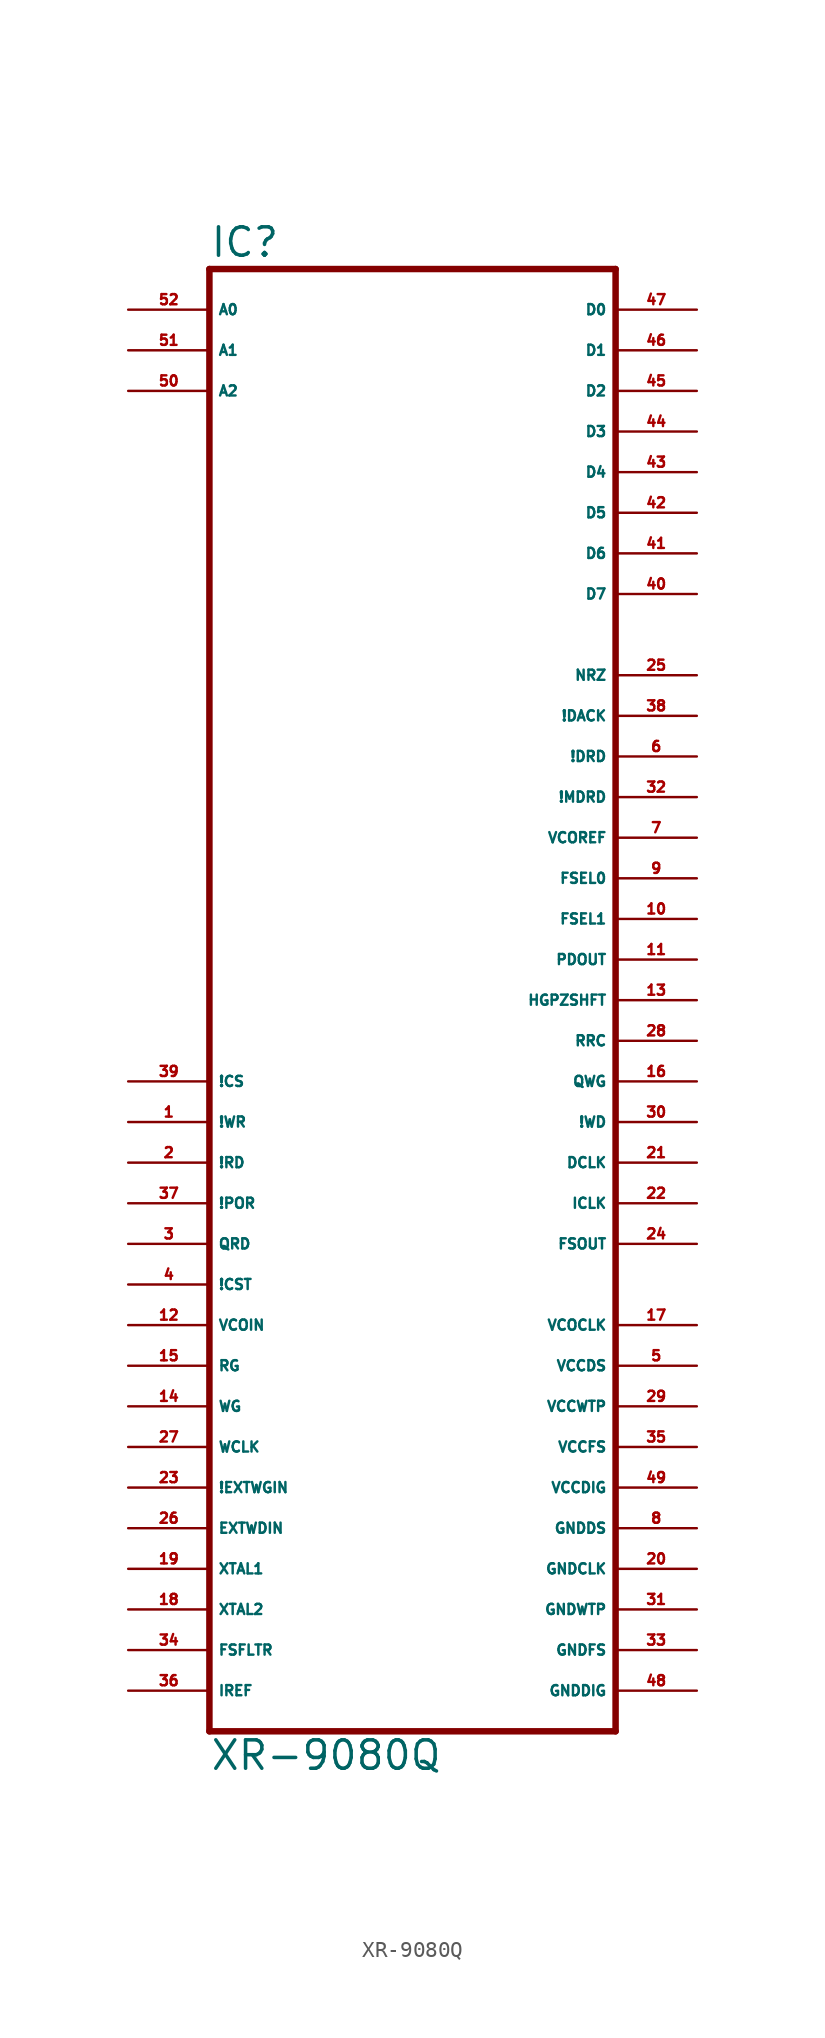
<source format=kicad_sym>
(kicad_symbol_lib
  (version 20220914)
  (generator Eagle2Kicad)
  (symbol "XR-9080Q"
    (property "Reference" "IC"
      (at -12.7 46.355 0)
      (effects (font (size 1.778 1.778) (thickness 0.22)) (justify left bottom)))
    (property "Value" "XR-9080Q"
      (at -12.7 -48.26 0)
      (effects (font (size 1.778 1.778) (thickness 0.22)) (justify left bottom)))
    (polyline
      (pts (xy -12.7 45.72) (xy 12.7 45.72))
      (stroke (width 0.406) (type default))
      (fill (type none)))
    (polyline
      (pts (xy 12.7 45.72) (xy 12.7 -45.72))
      (stroke (width 0.406) (type default))
      (fill (type none)))
    (polyline
      (pts (xy 12.7 -45.72) (xy -12.7 -45.72))
      (stroke (width 0.406) (type default))
      (fill (type none)))
    (polyline
      (pts (xy -12.7 -45.72) (xy -12.7 45.72))
      (stroke (width 0.406) (type default))
      (fill (type none)))
    (pin input line
      (at -17.78 43.18 0)
      (length 5.08)
      (name "A0" (effects (font (size 0.635 0.635) (thickness 0.08)) (justify left bottom)))
      (number "52" (effects (font (size 0.635 0.635) (thickness 0.08)) (justify left bottom))))
    (pin input line
      (at -17.78 40.64 0)
      (length 5.08)
      (name "A1" (effects (font (size 0.635 0.635) (thickness 0.08)) (justify left bottom)))
      (number "51" (effects (font (size 0.635 0.635) (thickness 0.08)) (justify left bottom))))
    (pin input line
      (at -17.78 38.1 0)
      (length 5.08)
      (name "A2" (effects (font (size 0.635 0.635) (thickness 0.08)) (justify left bottom)))
      (number "50" (effects (font (size 0.635 0.635) (thickness 0.08)) (justify left bottom))))
    (pin input line
      (at -17.78 -5.08 0)
      (length 5.08)
      (name "!CS" (effects (font (size 0.635 0.635) (thickness 0.08)) (justify left bottom)))
      (number "39" (effects (font (size 0.635 0.635) (thickness 0.08)) (justify left bottom))))
    (pin input line
      (at -17.78 -7.62 0)
      (length 5.08)
      (name "!WR" (effects (font (size 0.635 0.635) (thickness 0.08)) (justify left bottom)))
      (number "1" (effects (font (size 0.635 0.635) (thickness 0.08)) (justify left bottom))))
    (pin input line
      (at -17.78 -10.16 0)
      (length 5.08)
      (name "!RD" (effects (font (size 0.635 0.635) (thickness 0.08)) (justify left bottom)))
      (number "2" (effects (font (size 0.635 0.635) (thickness 0.08)) (justify left bottom))))
    (pin input line
      (at -17.78 -12.7 0)
      (length 5.08)
      (name "!POR" (effects (font (size 0.635 0.635) (thickness 0.08)) (justify left bottom)))
      (number "37" (effects (font (size 0.635 0.635) (thickness 0.08)) (justify left bottom))))
    (pin input line
      (at -17.78 -15.24 0)
      (length 5.08)
      (name "QRD" (effects (font (size 0.635 0.635) (thickness 0.08)) (justify left bottom)))
      (number "3" (effects (font (size 0.635 0.635) (thickness 0.08)) (justify left bottom))))
    (pin input line
      (at -17.78 -17.78 0)
      (length 5.08)
      (name "!CST" (effects (font (size 0.635 0.635) (thickness 0.08)) (justify left bottom)))
      (number "4" (effects (font (size 0.635 0.635) (thickness 0.08)) (justify left bottom))))
    (pin input line
      (at -17.78 -20.32 0)
      (length 5.08)
      (name "VCOIN" (effects (font (size 0.635 0.635) (thickness 0.08)) (justify left bottom)))
      (number "12" (effects (font (size 0.635 0.635) (thickness 0.08)) (justify left bottom))))
    (pin input line
      (at -17.78 -22.86 0)
      (length 5.08)
      (name "RG" (effects (font (size 0.635 0.635) (thickness 0.08)) (justify left bottom)))
      (number "15" (effects (font (size 0.635 0.635) (thickness 0.08)) (justify left bottom))))
    (pin input line
      (at -17.78 -25.4 0)
      (length 5.08)
      (name "WG" (effects (font (size 0.635 0.635) (thickness 0.08)) (justify left bottom)))
      (number "14" (effects (font (size 0.635 0.635) (thickness 0.08)) (justify left bottom))))
    (pin input line
      (at -17.78 -27.94 0)
      (length 5.08)
      (name "WCLK" (effects (font (size 0.635 0.635) (thickness 0.08)) (justify left bottom)))
      (number "27" (effects (font (size 0.635 0.635) (thickness 0.08)) (justify left bottom))))
    (pin input line
      (at -17.78 -30.48 0)
      (length 5.08)
      (name "!EXTWGIN" (effects (font (size 0.635 0.635) (thickness 0.08)) (justify left bottom)))
      (number "23" (effects (font (size 0.635 0.635) (thickness 0.08)) (justify left bottom))))
    (pin input line
      (at -17.78 -33.02 0)
      (length 5.08)
      (name "EXTWDIN" (effects (font (size 0.635 0.635) (thickness 0.08)) (justify left bottom)))
      (number "26" (effects (font (size 0.635 0.635) (thickness 0.08)) (justify left bottom))))
    (pin input line
      (at -17.78 -35.56 0)
      (length 5.08)
      (name "XTAL1" (effects (font (size 0.635 0.635) (thickness 0.08)) (justify left bottom)))
      (number "19" (effects (font (size 0.635 0.635) (thickness 0.08)) (justify left bottom))))
    (pin input line
      (at -17.78 -38.1 0)
      (length 5.08)
      (name "XTAL2" (effects (font (size 0.635 0.635) (thickness 0.08)) (justify left bottom)))
      (number "18" (effects (font (size 0.635 0.635) (thickness 0.08)) (justify left bottom))))
    (pin input line
      (at -17.78 -40.64 0)
      (length 5.08)
      (name "FSFLTR" (effects (font (size 0.635 0.635) (thickness 0.08)) (justify left bottom)))
      (number "34" (effects (font (size 0.635 0.635) (thickness 0.08)) (justify left bottom))))
    (pin input line
      (at -17.78 -43.18 0)
      (length 5.08)
      (name "IREF" (effects (font (size 0.635 0.635) (thickness 0.08)) (justify left bottom)))
      (number "36" (effects (font (size 0.635 0.635) (thickness 0.08)) (justify left bottom))))
    (pin bidirectional line
      (at 17.78 43.18 180)
      (length 5.08)
      (name "D0" (effects (font (size 0.635 0.635) (thickness 0.08)) (justify left bottom)))
      (number "47" (effects (font (size 0.635 0.635) (thickness 0.08)) (justify left bottom))))
    (pin bidirectional line
      (at 17.78 40.64 180)
      (length 5.08)
      (name "D1" (effects (font (size 0.635 0.635) (thickness 0.08)) (justify left bottom)))
      (number "46" (effects (font (size 0.635 0.635) (thickness 0.08)) (justify left bottom))))
    (pin bidirectional line
      (at 17.78 38.1 180)
      (length 5.08)
      (name "D2" (effects (font (size 0.635 0.635) (thickness 0.08)) (justify left bottom)))
      (number "45" (effects (font (size 0.635 0.635) (thickness 0.08)) (justify left bottom))))
    (pin bidirectional line
      (at 17.78 35.56 180)
      (length 5.08)
      (name "D3" (effects (font (size 0.635 0.635) (thickness 0.08)) (justify left bottom)))
      (number "44" (effects (font (size 0.635 0.635) (thickness 0.08)) (justify left bottom))))
    (pin bidirectional line
      (at 17.78 33.02 180)
      (length 5.08)
      (name "D4" (effects (font (size 0.635 0.635) (thickness 0.08)) (justify left bottom)))
      (number "43" (effects (font (size 0.635 0.635) (thickness 0.08)) (justify left bottom))))
    (pin bidirectional line
      (at 17.78 30.48 180)
      (length 5.08)
      (name "D5" (effects (font (size 0.635 0.635) (thickness 0.08)) (justify left bottom)))
      (number "42" (effects (font (size 0.635 0.635) (thickness 0.08)) (justify left bottom))))
    (pin bidirectional line
      (at 17.78 27.94 180)
      (length 5.08)
      (name "D6" (effects (font (size 0.635 0.635) (thickness 0.08)) (justify left bottom)))
      (number "41" (effects (font (size 0.635 0.635) (thickness 0.08)) (justify left bottom))))
    (pin bidirectional line
      (at 17.78 25.4 180)
      (length 5.08)
      (name "D7" (effects (font (size 0.635 0.635) (thickness 0.08)) (justify left bottom)))
      (number "40" (effects (font (size 0.635 0.635) (thickness 0.08)) (justify left bottom))))
    (pin bidirectional line
      (at 17.78 20.32 180)
      (length 5.08)
      (name "NRZ" (effects (font (size 0.635 0.635) (thickness 0.08)) (justify left bottom)))
      (number "25" (effects (font (size 0.635 0.635) (thickness 0.08)) (justify left bottom))))
    (pin output line
      (at 17.78 17.78 180)
      (length 5.08)
      (name "!DACK" (effects (font (size 0.635 0.635) (thickness 0.08)) (justify left bottom)))
      (number "38" (effects (font (size 0.635 0.635) (thickness 0.08)) (justify left bottom))))
    (pin output line
      (at 17.78 15.24 180)
      (length 5.08)
      (name "!DRD" (effects (font (size 0.635 0.635) (thickness 0.08)) (justify left bottom)))
      (number "6" (effects (font (size 0.635 0.635) (thickness 0.08)) (justify left bottom))))
    (pin output line
      (at 17.78 12.7 180)
      (length 5.08)
      (name "!MDRD" (effects (font (size 0.635 0.635) (thickness 0.08)) (justify left bottom)))
      (number "32" (effects (font (size 0.635 0.635) (thickness 0.08)) (justify left bottom))))
    (pin output line
      (at 17.78 10.16 180)
      (length 5.08)
      (name "VCOREF" (effects (font (size 0.635 0.635) (thickness 0.08)) (justify left bottom)))
      (number "7" (effects (font (size 0.635 0.635) (thickness 0.08)) (justify left bottom))))
    (pin output line
      (at 17.78 7.62 180)
      (length 5.08)
      (name "FSEL0" (effects (font (size 0.635 0.635) (thickness 0.08)) (justify left bottom)))
      (number "9" (effects (font (size 0.635 0.635) (thickness 0.08)) (justify left bottom))))
    (pin output line
      (at 17.78 5.08 180)
      (length 5.08)
      (name "FSEL1" (effects (font (size 0.635 0.635) (thickness 0.08)) (justify left bottom)))
      (number "10" (effects (font (size 0.635 0.635) (thickness 0.08)) (justify left bottom))))
    (pin output line
      (at 17.78 2.54 180)
      (length 5.08)
      (name "PDOUT" (effects (font (size 0.635 0.635) (thickness 0.08)) (justify left bottom)))
      (number "11" (effects (font (size 0.635 0.635) (thickness 0.08)) (justify left bottom))))
    (pin output line
      (at 17.78 0 180)
      (length 5.08)
      (name "HGPZSHFT" (effects (font (size 0.635 0.635) (thickness 0.08)) (justify left bottom)))
      (number "13" (effects (font (size 0.635 0.635) (thickness 0.08)) (justify left bottom))))
    (pin output line
      (at 17.78 -2.54 180)
      (length 5.08)
      (name "RRC" (effects (font (size 0.635 0.635) (thickness 0.08)) (justify left bottom)))
      (number "28" (effects (font (size 0.635 0.635) (thickness 0.08)) (justify left bottom))))
    (pin output line
      (at 17.78 -5.08 180)
      (length 5.08)
      (name "QWG" (effects (font (size 0.635 0.635) (thickness 0.08)) (justify left bottom)))
      (number "16" (effects (font (size 0.635 0.635) (thickness 0.08)) (justify left bottom))))
    (pin output line
      (at 17.78 -7.62 180)
      (length 5.08)
      (name "!WD" (effects (font (size 0.635 0.635) (thickness 0.08)) (justify left bottom)))
      (number "30" (effects (font (size 0.635 0.635) (thickness 0.08)) (justify left bottom))))
    (pin output line
      (at 17.78 -10.16 180)
      (length 5.08)
      (name "DCLK" (effects (font (size 0.635 0.635) (thickness 0.08)) (justify left bottom)))
      (number "21" (effects (font (size 0.635 0.635) (thickness 0.08)) (justify left bottom))))
    (pin output line
      (at 17.78 -12.7 180)
      (length 5.08)
      (name "ICLK" (effects (font (size 0.635 0.635) (thickness 0.08)) (justify left bottom)))
      (number "22" (effects (font (size 0.635 0.635) (thickness 0.08)) (justify left bottom))))
    (pin output line
      (at 17.78 -15.24 180)
      (length 5.08)
      (name "FSOUT" (effects (font (size 0.635 0.635) (thickness 0.08)) (justify left bottom)))
      (number "24" (effects (font (size 0.635 0.635) (thickness 0.08)) (justify left bottom))))
    (pin unspecified line
      (at 17.78 -22.86 180)
      (length 5.08)
      (name "VCCDS" (effects (font (size 0.635 0.635) (thickness 0.08)) (justify left bottom)))
      (number "5" (effects (font (size 0.635 0.635) (thickness 0.08)) (justify left bottom))))
    (pin unspecified line
      (at 17.78 -25.4 180)
      (length 5.08)
      (name "VCCWTP" (effects (font (size 0.635 0.635) (thickness 0.08)) (justify left bottom)))
      (number "29" (effects (font (size 0.635 0.635) (thickness 0.08)) (justify left bottom))))
    (pin unspecified line
      (at 17.78 -27.94 180)
      (length 5.08)
      (name "VCCFS" (effects (font (size 0.635 0.635) (thickness 0.08)) (justify left bottom)))
      (number "35" (effects (font (size 0.635 0.635) (thickness 0.08)) (justify left bottom))))
    (pin unspecified line
      (at 17.78 -30.48 180)
      (length 5.08)
      (name "VCCDIG" (effects (font (size 0.635 0.635) (thickness 0.08)) (justify left bottom)))
      (number "49" (effects (font (size 0.635 0.635) (thickness 0.08)) (justify left bottom))))
    (pin unspecified line
      (at 17.78 -33.02 180)
      (length 5.08)
      (name "GNDDS" (effects (font (size 0.635 0.635) (thickness 0.08)) (justify left bottom)))
      (number "8" (effects (font (size 0.635 0.635) (thickness 0.08)) (justify left bottom))))
    (pin unspecified line
      (at 17.78 -35.56 180)
      (length 5.08)
      (name "GNDCLK" (effects (font (size 0.635 0.635) (thickness 0.08)) (justify left bottom)))
      (number "20" (effects (font (size 0.635 0.635) (thickness 0.08)) (justify left bottom))))
    (pin unspecified line
      (at 17.78 -38.1 180)
      (length 5.08)
      (name "GNDWTP" (effects (font (size 0.635 0.635) (thickness 0.08)) (justify left bottom)))
      (number "31" (effects (font (size 0.635 0.635) (thickness 0.08)) (justify left bottom))))
    (pin unspecified line
      (at 17.78 -40.64 180)
      (length 5.08)
      (name "GNDFS" (effects (font (size 0.635 0.635) (thickness 0.08)) (justify left bottom)))
      (number "33" (effects (font (size 0.635 0.635) (thickness 0.08)) (justify left bottom))))
    (pin unspecified line
      (at 17.78 -43.18 180)
      (length 5.08)
      (name "GNDDIG" (effects (font (size 0.635 0.635) (thickness 0.08)) (justify left bottom)))
      (number "48" (effects (font (size 0.635 0.635) (thickness 0.08)) (justify left bottom))))
    (pin output line
      (at 17.78 -20.32 180)
      (length 5.08)
      (name "VCOCLK" (effects (font (size 0.635 0.635) (thickness 0.08)) (justify left bottom)))
      (number "17" (effects (font (size 0.635 0.635) (thickness 0.08)) (justify left bottom))))))
</source>
